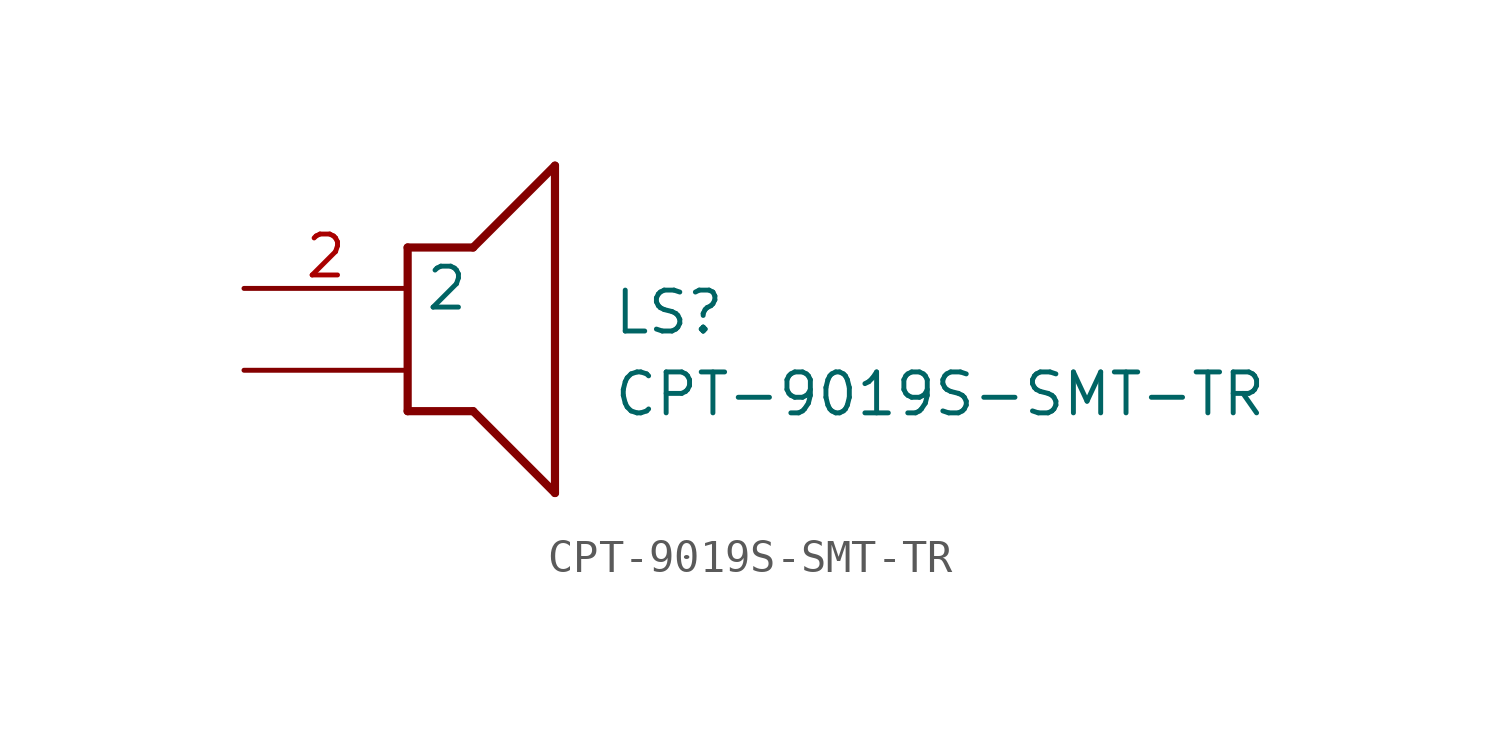
<source format=kicad_sym>
(kicad_symbol_lib
  (version 20211014)
  (generator SamacSys_ECAD_Model)
  (symbol "CPT-9019S-SMT-TR"
    (property "Reference" "LS"
      (at 11.43 0 0)
      (effects (font (size 1.27 1.27)) (justify left top)))
    (property "Value" "CPT-9019S-SMT-TR"
      (at 11.43 -2.54 0)
      (effects (font (size 1.27 1.27)) (justify left top)))
    (polyline
      (pts (xy 5.08 1.27) (xy 7.112 1.27))
      (stroke (width 0.254) (type default))
      (fill (type none)))
    (polyline
      (pts (xy 9.652 3.81) (xy 7.112 1.27))
      (stroke (width 0.254) (type default))
      (fill (type none)))
    (polyline
      (pts (xy 9.652 3.81) (xy 9.652 -6.35))
      (stroke (width 0.254) (type default))
      (fill (type none)))
    (polyline
      (pts (xy 7.112 -3.81) (xy 9.652 -6.35))
      (stroke (width 0.254) (type default))
      (fill (type none)))
    (polyline
      (pts (xy 7.112 -3.81) (xy 5.08 -3.81))
      (stroke (width 0.254) (type default))
      (fill (type none)))
    (polyline
      (pts (xy 5.08 1.27) (xy 5.08 -3.81))
      (stroke (width 0.254) (type default))
      (fill (type none)))
    (pin passive line
      (at 0 0 0)
      (length 5.08)
      (name "2" (effects (font (size 1.27 1.27))))
      (number "2" (effects (font (size 1.27 1.27)))))
    (pin passive line
      (at 0 -2.54 0)
      (length 5.08)
      (name "" (effects (font (size 1.27 1.27))))
      (number "" (effects (font (size 1.27 1.27)))))))
</source>
